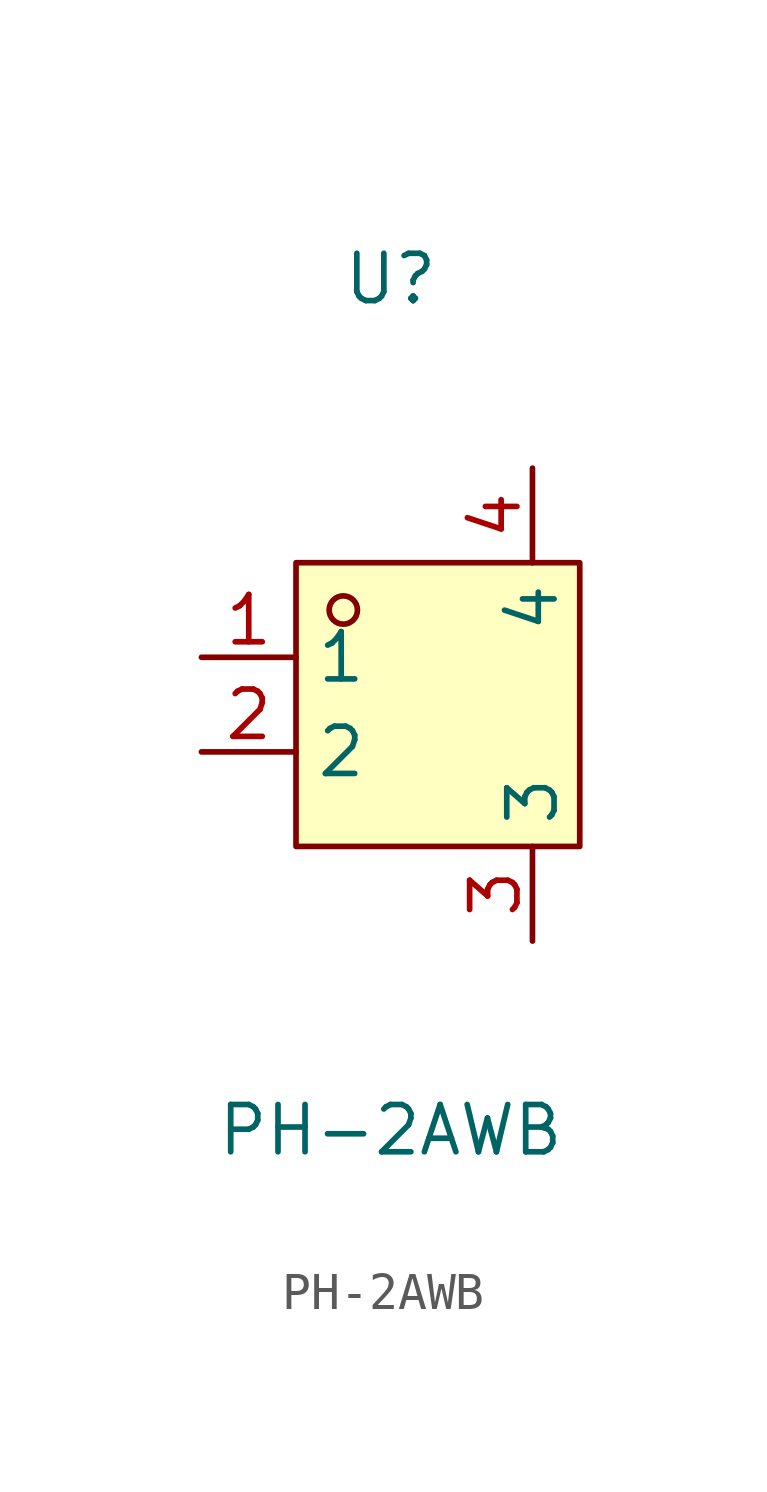
<source format=kicad_sym>
(kicad_symbol_lib
  (version 20211014)
  (generator https://github.com/uPesy/easyeda2kicad.py)
  (symbol "PH-2AWB"
    (property "Reference" "U"
      (at 0 11.43 0)
      (effects (font (size 1.27 1.27))))
    (property "Value" "PH-2AWB"
      (at 0 -11.43 0)
      (effects (font (size 1.27 1.27))))
    (symbol "PH-2AWB_0_1"
      (rectangle (start -2.54 3.81) (end 5.08 -3.81) (stroke (width 0) (type default) (color 0 0 0 0)) (fill (type background)))
      (circle (center -1.27 2.54) (radius 0.38) (stroke (width 0) (type default) (color 0 0 0 0)) (fill (type none)))
      (pin unspecified line (at -5.08 1.27 0) (length 2.54) (name "1" (effects (font (size 1.27 1.27)))) (number "1" (effects (font (size 1.27 1.27)))))
      (pin unspecified line (at -5.08 -1.27 0) (length 2.54) (name "2" (effects (font (size 1.27 1.27)))) (number "2" (effects (font (size 1.27 1.27)))))
      (pin unspecified line (at 3.81 -6.35 90) (length 2.54) (name "3" (effects (font (size 1.27 1.27)))) (number "3" (effects (font (size 1.27 1.27)))))
      (pin unspecified line (at 3.81 6.35 270) (length 2.54) (name "4" (effects (font (size 1.27 1.27)))) (number "4" (effects (font (size 1.27 1.27))))))))
</source>
